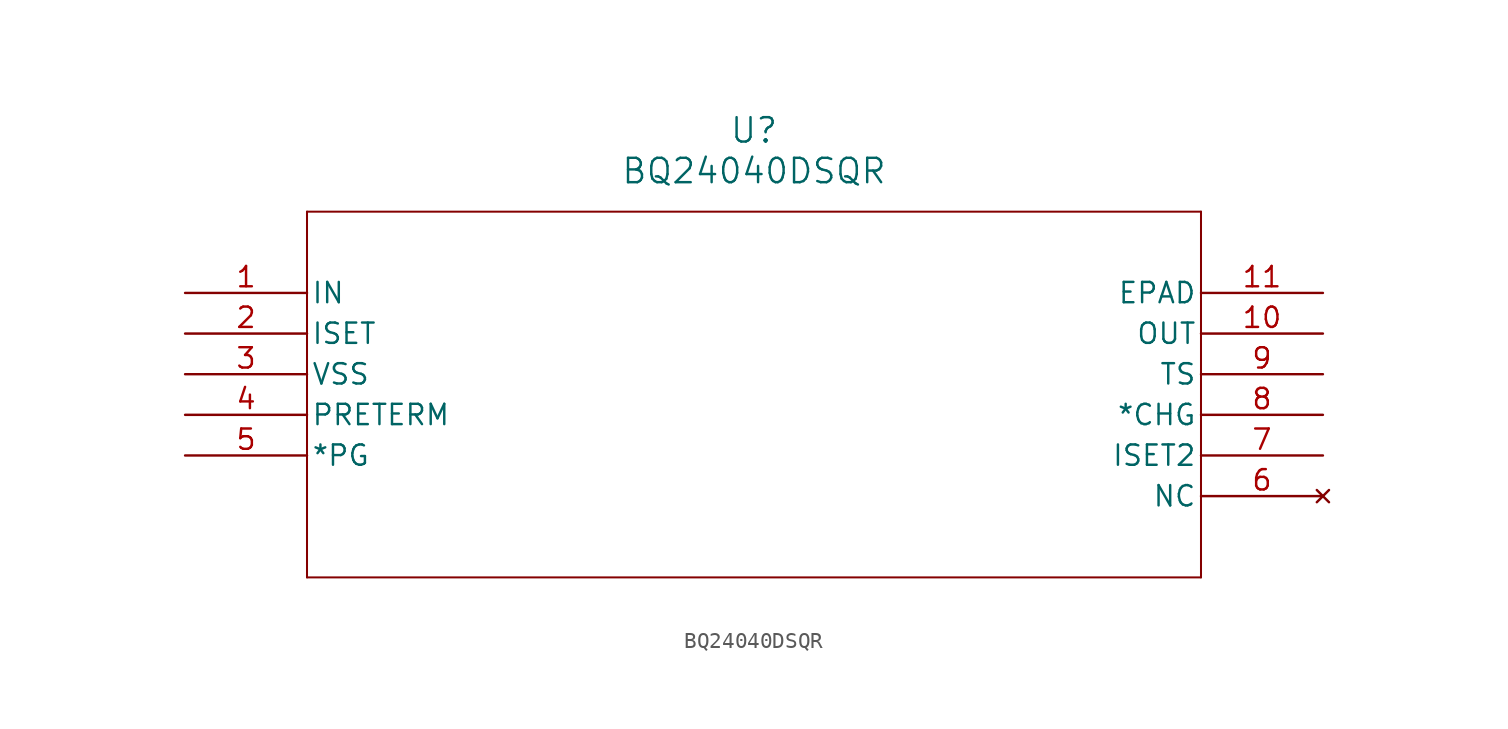
<source format=kicad_sym>
(kicad_symbol_lib
  (version 20211014)
  (generator kicad_symbol_editor)
  (symbol "BQ24040DSQR"
    (pin_names
      (offset 0.254))
    (property "Reference" "U"
      (at 35.56 10.16 0)
      (effects (font (size 1.524 1.524))))
    (property "Value" "BQ24040DSQR"
      (at 35.56 7.62 0)
      (effects (font (size 1.524 1.524))))
    (polyline
      (pts (xy 7.62 5.08) (xy 7.62 -17.78))
      (stroke (width 0.127) (type default) (color 0 0 0 0))
      (fill (type none)))
    (polyline
      (pts (xy 7.62 -17.78) (xy 63.5 -17.78))
      (stroke (width 0.127) (type default) (color 0 0 0 0))
      (fill (type none)))
    (polyline
      (pts (xy 63.5 -17.78) (xy 63.5 5.08))
      (stroke (width 0.127) (type default) (color 0 0 0 0))
      (fill (type none)))
    (polyline
      (pts (xy 63.5 5.08) (xy 7.62 5.08))
      (stroke (width 0.127) (type default) (color 0 0 0 0))
      (fill (type none)))
    (pin input line
      (at 0 0 0)
      (length 7.62)
      (name "IN" (effects (font (size 1.27 1.27))))
      (number "1" (effects (font (size 1.27 1.27)))))
    (pin input line
      (at 0 -2.54 0)
      (length 7.62)
      (name "ISET" (effects (font (size 1.27 1.27))))
      (number "2" (effects (font (size 1.27 1.27)))))
    (pin power_in line
      (at 0 -5.08 0)
      (length 7.62)
      (name "VSS" (effects (font (size 1.27 1.27))))
      (number "3" (effects (font (size 1.27 1.27)))))
    (pin input line
      (at 0 -7.62 0)
      (length 7.62)
      (name "PRETERM" (effects (font (size 1.27 1.27))))
      (number "4" (effects (font (size 1.27 1.27)))))
    (pin output line
      (at 0 -10.16 0)
      (length 7.62)
      (name "*PG" (effects (font (size 1.27 1.27))))
      (number "5" (effects (font (size 1.27 1.27)))))
    (pin no_connect line
      (at 71.12 -12.7 180)
      (length 7.62)
      (name "NC" (effects (font (size 1.27 1.27))))
      (number "6" (effects (font (size 1.27 1.27)))))
    (pin input line
      (at 71.12 -10.16 180)
      (length 7.62)
      (name "ISET2" (effects (font (size 1.27 1.27))))
      (number "7" (effects (font (size 1.27 1.27)))))
    (pin output line
      (at 71.12 -7.62 180)
      (length 7.62)
      (name "*CHG" (effects (font (size 1.27 1.27))))
      (number "8" (effects (font (size 1.27 1.27)))))
    (pin input line
      (at 71.12 -5.08 180)
      (length 7.62)
      (name "TS" (effects (font (size 1.27 1.27))))
      (number "9" (effects (font (size 1.27 1.27)))))
    (pin output line
      (at 71.12 -2.54 180)
      (length 7.62)
      (name "OUT" (effects (font (size 1.27 1.27))))
      (number "10" (effects (font (size 1.27 1.27)))))
    (pin power_in line
      (at 71.12 0 180)
      (length 7.62)
      (name "EPAD" (effects (font (size 1.27 1.27))))
      (number "11" (effects (font (size 1.27 1.27)))))))
</source>
